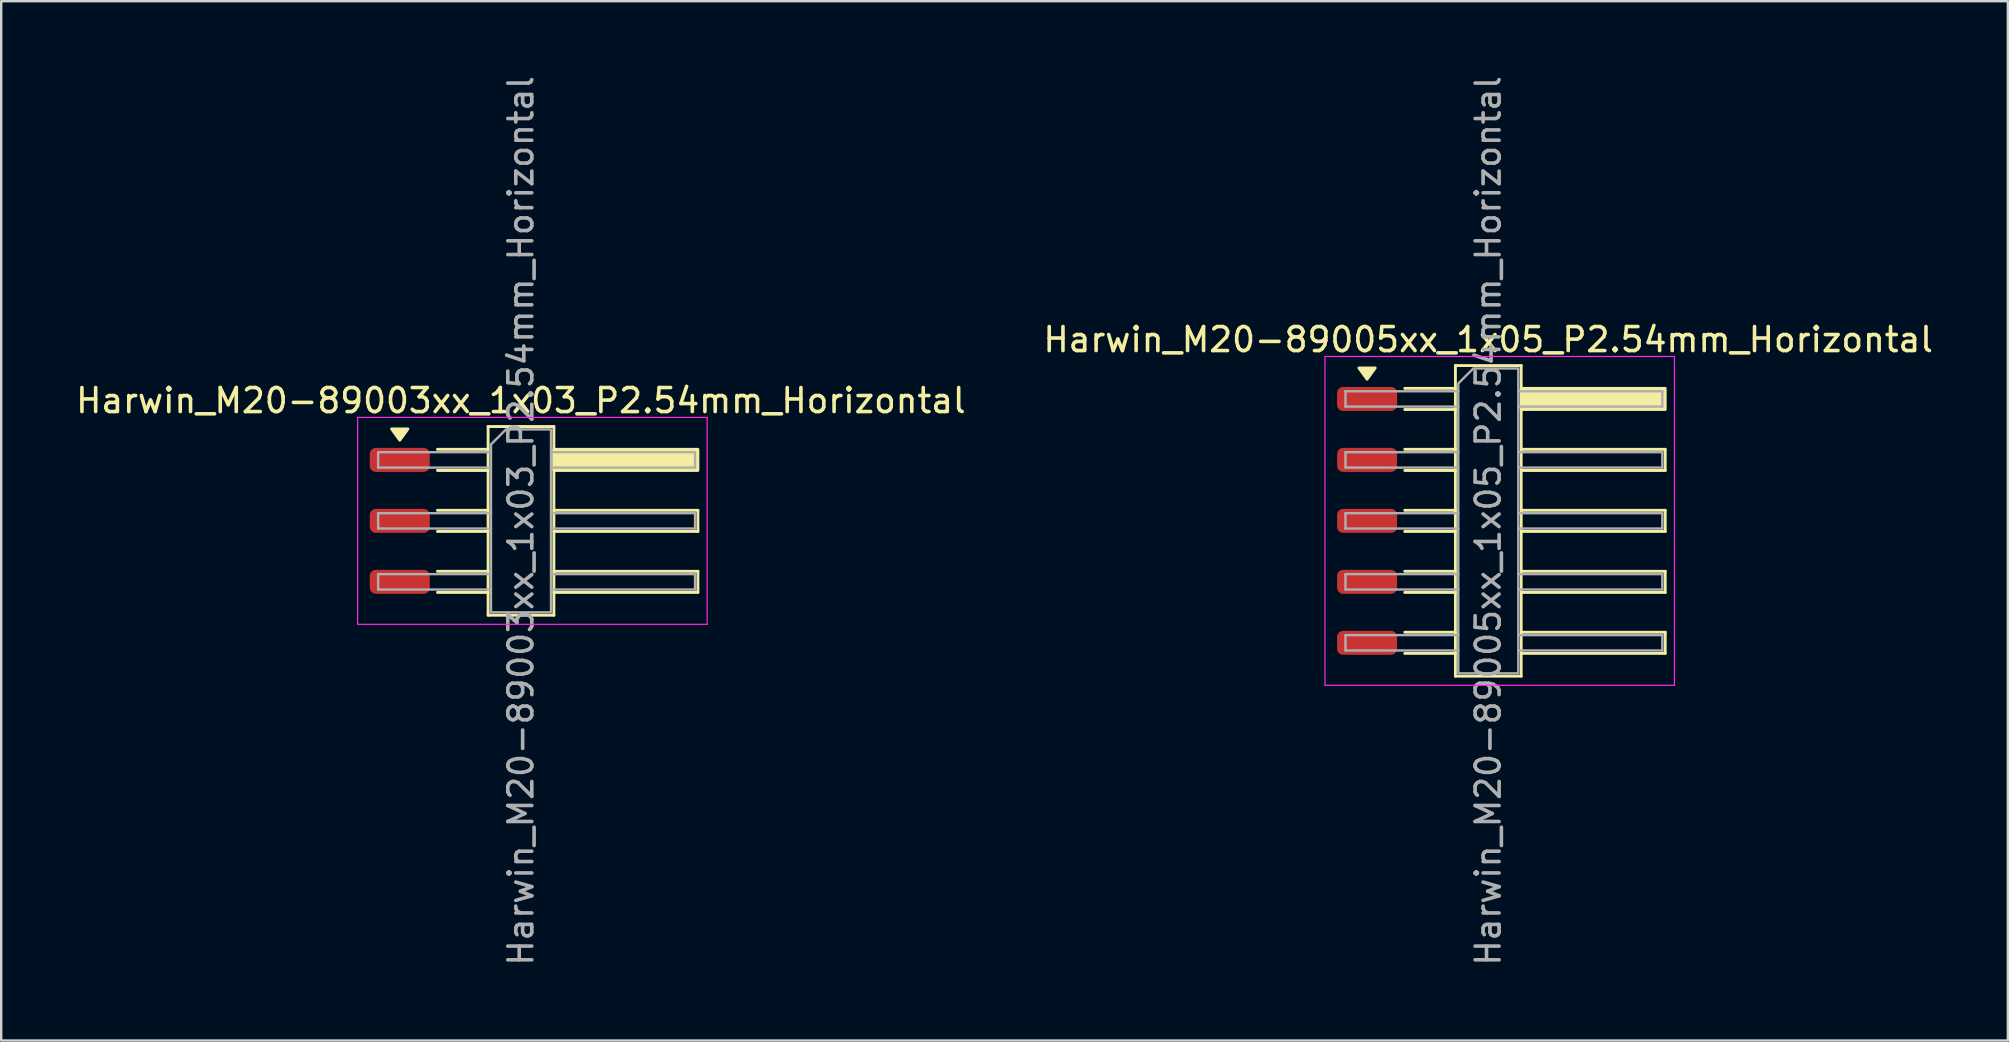
<source format=kicad_pcb>
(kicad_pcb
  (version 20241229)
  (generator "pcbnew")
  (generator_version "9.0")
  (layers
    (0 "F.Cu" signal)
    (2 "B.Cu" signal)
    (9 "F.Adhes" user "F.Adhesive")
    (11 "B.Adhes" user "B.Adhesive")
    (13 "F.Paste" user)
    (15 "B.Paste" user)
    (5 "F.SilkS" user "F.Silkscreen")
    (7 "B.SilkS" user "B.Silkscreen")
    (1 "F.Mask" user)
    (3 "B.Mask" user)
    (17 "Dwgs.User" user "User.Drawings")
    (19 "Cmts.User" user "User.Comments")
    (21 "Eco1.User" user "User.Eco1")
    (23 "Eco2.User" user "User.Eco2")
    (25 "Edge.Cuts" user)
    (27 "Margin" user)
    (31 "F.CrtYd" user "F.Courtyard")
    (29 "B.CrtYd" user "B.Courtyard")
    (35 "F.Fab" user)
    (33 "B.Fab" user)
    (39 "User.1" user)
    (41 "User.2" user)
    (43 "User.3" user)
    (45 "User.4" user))
  (footprint "Harwin_M20-89003xx_1x03_P2.54mm_Horizontal"
    (layer "F.Cu")
    (at 19.129 18.649)
    (property "Reference" "Harwin_M20-89003xx_1x03_P2.54mm_Horizontal" (at -0.48 -5.01 0) (layer "F.SilkS") (effects (font (size 1 1) (thickness 0.15))))
    (attr smd)
    (fp_line (start -3.955 -2.98) (end -1.845 -2.98) (stroke (width 0.12) (type solid)) (layer "F.SilkS"))
    (fp_line (start -3.955 -2.1) (end -1.845 -2.1) (stroke (width 0.12) (type solid)) (layer "F.SilkS"))
    (fp_line (start -3.955 -0.44) (end -1.845 -0.44) (stroke (width 0.12) (type solid)) (layer "F.SilkS"))
    (fp_line (start -3.955 0.44) (end -1.845 0.44) (stroke (width 0.12) (type solid)) (layer "F.SilkS"))
    (fp_line (start -3.955 2.1) (end -1.845 2.1) (stroke (width 0.12) (type solid)) (layer "F.SilkS"))
    (fp_line (start -3.955 2.98) (end -1.845 2.98) (stroke (width 0.12) (type solid)) (layer "F.SilkS"))
    (fp_line (start -1.845 -3.93) (end 0.895 -3.93) (stroke (width 0.12) (type solid)) (layer "F.SilkS"))
    (fp_line (start -1.845 3.93) (end -1.845 -3.93) (stroke (width 0.12) (type solid)) (layer "F.SilkS"))
    (fp_line (start 0.895 -3.93) (end 0.895 3.93) (stroke (width 0.12) (type solid)) (layer "F.SilkS"))
    (fp_line (start 0.895 -0.44) (end 6.895 -0.44) (stroke (width 0.12) (type solid)) (layer "F.SilkS"))
    (fp_line (start 0.895 2.1) (end 6.895 2.1) (stroke (width 0.12) (type solid)) (layer "F.SilkS"))
    (fp_line (start 0.895 3.93) (end -1.845 3.93) (stroke (width 0.12) (type solid)) (layer "F.SilkS"))
    (fp_line (start 6.895 -0.44) (end 6.895 0.44) (stroke (width 0.12) (type solid)) (layer "F.SilkS"))
    (fp_line (start 6.895 0.44) (end 0.895 0.44) (stroke (width 0.12) (type solid)) (layer "F.SilkS"))
    (fp_line (start 6.895 2.1) (end 6.895 2.98) (stroke (width 0.12) (type solid)) (layer "F.SilkS"))
    (fp_line (start 6.895 2.98) (end 0.895 2.98) (stroke (width 0.12) (type solid)) (layer "F.SilkS"))
    (fp_rect (start 0.895 -2.98) (end 6.895 -2.1) (stroke (width 0.12) (type solid)) (fill yes) (layer "F.SilkS"))
    (fp_poly (pts (xy -5.525 -3.36) (xy -5.865 -3.83) (xy -5.185 -3.83)) (stroke (width 0.12) (type solid)) (fill yes) (layer "F.SilkS"))
    (fp_line (start -7.28 -4.31) (end 7.28 -4.31) (stroke (width 0.05) (type solid)) (layer "F.CrtYd"))
    (fp_line (start -7.28 4.31) (end -7.28 -4.31) (stroke (width 0.05) (type solid)) (layer "F.CrtYd"))
    (fp_line (start 7.28 -4.31) (end 7.28 4.31) (stroke (width 0.05) (type solid)) (layer "F.CrtYd"))
    (fp_line (start 7.28 4.31) (end -7.28 4.31) (stroke (width 0.05) (type solid)) (layer "F.CrtYd"))
    (fp_line (start -6.425 -2.86) (end -6.425 -2.22) (stroke (width 0.1) (type solid)) (layer "F.Fab"))
    (fp_line (start -6.425 -2.22) (end -1.725 -2.22) (stroke (width 0.1) (type solid)) (layer "F.Fab"))
    (fp_line (start -6.425 -0.32) (end -6.425 0.32) (stroke (width 0.1) (type solid)) (layer "F.Fab"))
    (fp_line (start -6.425 0.32) (end -1.725 0.32) (stroke (width 0.1) (type solid)) (layer "F.Fab"))
    (fp_line (start -6.425 2.22) (end -6.425 2.86) (stroke (width 0.1) (type solid)) (layer "F.Fab"))
    (fp_line (start -6.425 2.86) (end -1.725 2.86) (stroke (width 0.1) (type solid)) (layer "F.Fab"))
    (fp_line (start -1.725 -2.86) (end -6.425 -2.86) (stroke (width 0.1) (type solid)) (layer "F.Fab"))
    (fp_line (start -1.725 -0.32) (end -6.425 -0.32) (stroke (width 0.1) (type solid)) (layer "F.Fab"))
    (fp_line (start -1.725 2.22) (end -6.425 2.22) (stroke (width 0.1) (type solid)) (layer "F.Fab"))
    (fp_line (start 0.775 -2.86) (end 6.775 -2.86) (stroke (width 0.1) (type solid)) (layer "F.Fab"))
    (fp_line (start 0.775 -0.32) (end 6.775 -0.32) (stroke (width 0.1) (type solid)) (layer "F.Fab"))
    (fp_line (start 0.775 2.22) (end 6.775 2.22) (stroke (width 0.1) (type solid)) (layer "F.Fab"))
    (fp_line (start 6.775 -2.86) (end 6.775 -2.22) (stroke (width 0.1) (type solid)) (layer "F.Fab"))
    (fp_line (start 6.775 -2.22) (end 0.775 -2.22) (stroke (width 0.1) (type solid)) (layer "F.Fab"))
    (fp_line (start 6.775 -0.32) (end 6.775 0.32) (stroke (width 0.1) (type solid)) (layer "F.Fab"))
    (fp_line (start 6.775 0.32) (end 0.775 0.32) (stroke (width 0.1) (type solid)) (layer "F.Fab"))
    (fp_line (start 6.775 2.22) (end 6.775 2.86) (stroke (width 0.1) (type solid)) (layer "F.Fab"))
    (fp_line (start 6.775 2.86) (end 0.775 2.86) (stroke (width 0.1) (type solid)) (layer "F.Fab"))
    (fp_poly (pts (xy -1.725 -3.185) (xy -1.725 3.81) (xy 0.775 3.81) (xy 0.775 -3.81) (xy -1.1 -3.81)) (stroke (width 0.1) (type solid)) (fill no) (layer "F.Fab"))
    (fp_text user "${REFERENCE}" (at -0.48 0 90) (layer "F.Fab") (effects (font (size 1 1) (thickness 0.15))))
    (pad "1" smd roundrect (at -5.525 -2.54) (size 2.5 1) (layers "F.Cu" "F.Mask" "F.Paste") (roundrect_rratio 0.25))
    (pad "2" smd roundrect (at -5.525 0) (size 2.5 1) (layers "F.Cu" "F.Mask" "F.Paste") (roundrect_rratio 0.25))
    (pad "3" smd roundrect (at -5.525 2.54) (size 2.5 1) (layers "F.Cu" "F.Mask" "F.Paste") (roundrect_rratio 0.25)))
  (footprint "Harwin_M20-89005xx_1x05_P2.54mm_Horizontal"
    (layer "F.Cu")
    (at 59.426 18.649)
    (property "Reference" "Harwin_M20-89005xx_1x05_P2.54mm_Horizontal" (at -0.48 -7.55 0) (layer "F.SilkS") (effects (font (size 1 1) (thickness 0.15))))
    (attr smd)
    (fp_line (start -3.955 -5.52) (end -1.845 -5.52) (stroke (width 0.12) (type solid)) (layer "F.SilkS"))
    (fp_line (start -3.955 -4.64) (end -1.845 -4.64) (stroke (width 0.12) (type solid)) (layer "F.SilkS"))
    (fp_line (start -3.955 -2.98) (end -1.845 -2.98) (stroke (width 0.12) (type solid)) (layer "F.SilkS"))
    (fp_line (start -3.955 -2.1) (end -1.845 -2.1) (stroke (width 0.12) (type solid)) (layer "F.SilkS"))
    (fp_line (start -3.955 -0.44) (end -1.845 -0.44) (stroke (width 0.12) (type solid)) (layer "F.SilkS"))
    (fp_line (start -3.955 0.44) (end -1.845 0.44) (stroke (width 0.12) (type solid)) (layer "F.SilkS"))
    (fp_line (start -3.955 2.1) (end -1.845 2.1) (stroke (width 0.12) (type solid)) (layer "F.SilkS"))
    (fp_line (start -3.955 2.98) (end -1.845 2.98) (stroke (width 0.12) (type solid)) (layer "F.SilkS"))
    (fp_line (start -3.955 4.64) (end -1.845 4.64) (stroke (width 0.12) (type solid)) (layer "F.SilkS"))
    (fp_line (start -3.955 5.52) (end -1.845 5.52) (stroke (width 0.12) (type solid)) (layer "F.SilkS"))
    (fp_line (start -1.845 -6.47) (end 0.895 -6.47) (stroke (width 0.12) (type solid)) (layer "F.SilkS"))
    (fp_line (start -1.845 6.47) (end -1.845 -6.47) (stroke (width 0.12) (type solid)) (layer "F.SilkS"))
    (fp_line (start 0.895 -6.47) (end 0.895 6.47) (stroke (width 0.12) (type solid)) (layer "F.SilkS"))
    (fp_line (start 0.895 -2.98) (end 6.895 -2.98) (stroke (width 0.12) (type solid)) (layer "F.SilkS"))
    (fp_line (start 0.895 -0.44) (end 6.895 -0.44) (stroke (width 0.12) (type solid)) (layer "F.SilkS"))
    (fp_line (start 0.895 2.1) (end 6.895 2.1) (stroke (width 0.12) (type solid)) (layer "F.SilkS"))
    (fp_line (start 0.895 4.64) (end 6.895 4.64) (stroke (width 0.12) (type solid)) (layer "F.SilkS"))
    (fp_line (start 0.895 6.47) (end -1.845 6.47) (stroke (width 0.12) (type solid)) (layer "F.SilkS"))
    (fp_line (start 6.895 -2.98) (end 6.895 -2.1) (stroke (width 0.12) (type solid)) (layer "F.SilkS"))
    (fp_line (start 6.895 -2.1) (end 0.895 -2.1) (stroke (width 0.12) (type solid)) (layer "F.SilkS"))
    (fp_line (start 6.895 -0.44) (end 6.895 0.44) (stroke (width 0.12) (type solid)) (layer "F.SilkS"))
    (fp_line (start 6.895 0.44) (end 0.895 0.44) (stroke (width 0.12) (type solid)) (layer "F.SilkS"))
    (fp_line (start 6.895 2.1) (end 6.895 2.98) (stroke (width 0.12) (type solid)) (layer "F.SilkS"))
    (fp_line (start 6.895 2.98) (end 0.895 2.98) (stroke (width 0.12) (type solid)) (layer "F.SilkS"))
    (fp_line (start 6.895 4.64) (end 6.895 5.52) (stroke (width 0.12) (type solid)) (layer "F.SilkS"))
    (fp_line (start 6.895 5.52) (end 0.895 5.52) (stroke (width 0.12) (type solid)) (layer "F.SilkS"))
    (fp_rect (start 0.895 -5.52) (end 6.895 -4.64) (stroke (width 0.12) (type solid)) (fill yes) (layer "F.SilkS"))
    (fp_poly (pts (xy -5.525 -5.9) (xy -5.865 -6.37) (xy -5.185 -6.37)) (stroke (width 0.12) (type solid)) (fill yes) (layer "F.SilkS"))
    (fp_line (start -7.28 -6.85) (end 7.28 -6.85) (stroke (width 0.05) (type solid)) (layer "F.CrtYd"))
    (fp_line (start -7.28 6.85) (end -7.28 -6.85) (stroke (width 0.05) (type solid)) (layer "F.CrtYd"))
    (fp_line (start 7.28 -6.85) (end 7.28 6.85) (stroke (width 0.05) (type solid)) (layer "F.CrtYd"))
    (fp_line (start 7.28 6.85) (end -7.28 6.85) (stroke (width 0.05) (type solid)) (layer "F.CrtYd"))
    (fp_line (start -6.425 -5.4) (end -6.425 -4.76) (stroke (width 0.1) (type solid)) (layer "F.Fab"))
    (fp_line (start -6.425 -4.76) (end -1.725 -4.76) (stroke (width 0.1) (type solid)) (layer "F.Fab"))
    (fp_line (start -6.425 -2.86) (end -6.425 -2.22) (stroke (width 0.1) (type solid)) (layer "F.Fab"))
    (fp_line (start -6.425 -2.22) (end -1.725 -2.22) (stroke (width 0.1) (type solid)) (layer "F.Fab"))
    (fp_line (start -6.425 -0.32) (end -6.425 0.32) (stroke (width 0.1) (type solid)) (layer "F.Fab"))
    (fp_line (start -6.425 0.32) (end -1.725 0.32) (stroke (width 0.1) (type solid)) (layer "F.Fab"))
    (fp_line (start -6.425 2.22) (end -6.425 2.86) (stroke (width 0.1) (type solid)) (layer "F.Fab"))
    (fp_line (start -6.425 2.86) (end -1.725 2.86) (stroke (width 0.1) (type solid)) (layer "F.Fab"))
    (fp_line (start -6.425 4.76) (end -6.425 5.4) (stroke (width 0.1) (type solid)) (layer "F.Fab"))
    (fp_line (start -6.425 5.4) (end -1.725 5.4) (stroke (width 0.1) (type solid)) (layer "F.Fab"))
    (fp_line (start -1.725 -5.4) (end -6.425 -5.4) (stroke (width 0.1) (type solid)) (layer "F.Fab"))
    (fp_line (start -1.725 -2.86) (end -6.425 -2.86) (stroke (width 0.1) (type solid)) (layer "F.Fab"))
    (fp_line (start -1.725 -0.32) (end -6.425 -0.32) (stroke (width 0.1) (type solid)) (layer "F.Fab"))
    (fp_line (start -1.725 2.22) (end -6.425 2.22) (stroke (width 0.1) (type solid)) (layer "F.Fab"))
    (fp_line (start -1.725 4.76) (end -6.425 4.76) (stroke (width 0.1) (type solid)) (layer "F.Fab"))
    (fp_line (start 0.775 -5.4) (end 6.775 -5.4) (stroke (width 0.1) (type solid)) (layer "F.Fab"))
    (fp_line (start 0.775 -2.86) (end 6.775 -2.86) (stroke (width 0.1) (type solid)) (layer "F.Fab"))
    (fp_line (start 0.775 -0.32) (end 6.775 -0.32) (stroke (width 0.1) (type solid)) (layer "F.Fab"))
    (fp_line (start 0.775 2.22) (end 6.775 2.22) (stroke (width 0.1) (type solid)) (layer "F.Fab"))
    (fp_line (start 0.775 4.76) (end 6.775 4.76) (stroke (width 0.1) (type solid)) (layer "F.Fab"))
    (fp_line (start 6.775 -5.4) (end 6.775 -4.76) (stroke (width 0.1) (type solid)) (layer "F.Fab"))
    (fp_line (start 6.775 -4.76) (end 0.775 -4.76) (stroke (width 0.1) (type solid)) (layer "F.Fab"))
    (fp_line (start 6.775 -2.86) (end 6.775 -2.22) (stroke (width 0.1) (type solid)) (layer "F.Fab"))
    (fp_line (start 6.775 -2.22) (end 0.775 -2.22) (stroke (width 0.1) (type solid)) (layer "F.Fab"))
    (fp_line (start 6.775 -0.32) (end 6.775 0.32) (stroke (width 0.1) (type solid)) (layer "F.Fab"))
    (fp_line (start 6.775 0.32) (end 0.775 0.32) (stroke (width 0.1) (type solid)) (layer "F.Fab"))
    (fp_line (start 6.775 2.22) (end 6.775 2.86) (stroke (width 0.1) (type solid)) (layer "F.Fab"))
    (fp_line (start 6.775 2.86) (end 0.775 2.86) (stroke (width 0.1) (type solid)) (layer "F.Fab"))
    (fp_line (start 6.775 4.76) (end 6.775 5.4) (stroke (width 0.1) (type solid)) (layer "F.Fab"))
    (fp_line (start 6.775 5.4) (end 0.775 5.4) (stroke (width 0.1) (type solid)) (layer "F.Fab"))
    (fp_poly (pts (xy -1.725 -5.725) (xy -1.725 6.35) (xy 0.775 6.35) (xy 0.775 -6.35) (xy -1.1 -6.35)) (stroke (width 0.1) (type solid)) (fill no) (layer "F.Fab"))
    (fp_text user "${REFERENCE}" (at -0.48 0 90) (layer "F.Fab") (effects (font (size 1 1) (thickness 0.15))))
    (pad "1" smd roundrect (at -5.525 -5.08) (size 2.5 1) (layers "F.Cu" "F.Mask" "F.Paste") (roundrect_rratio 0.25))
    (pad "2" smd roundrect (at -5.525 -2.54) (size 2.5 1) (layers "F.Cu" "F.Mask" "F.Paste") (roundrect_rratio 0.25))
    (pad "3" smd roundrect (at -5.525 0) (size 2.5 1) (layers "F.Cu" "F.Mask" "F.Paste") (roundrect_rratio 0.25))
    (pad "4" smd roundrect (at -5.525 2.54) (size 2.5 1) (layers "F.Cu" "F.Mask" "F.Paste") (roundrect_rratio 0.25))
    (pad "5" smd roundrect (at -5.525 5.08) (size 2.5 1) (layers "F.Cu" "F.Mask" "F.Paste") (roundrect_rratio 0.25)))
  (gr_rect
    (start -3 -3)
    (end 80.595 40.298)
    (stroke (width 0.1) (type default))
    (fill no)
    (layer "Edge.Cuts")))
</source>
